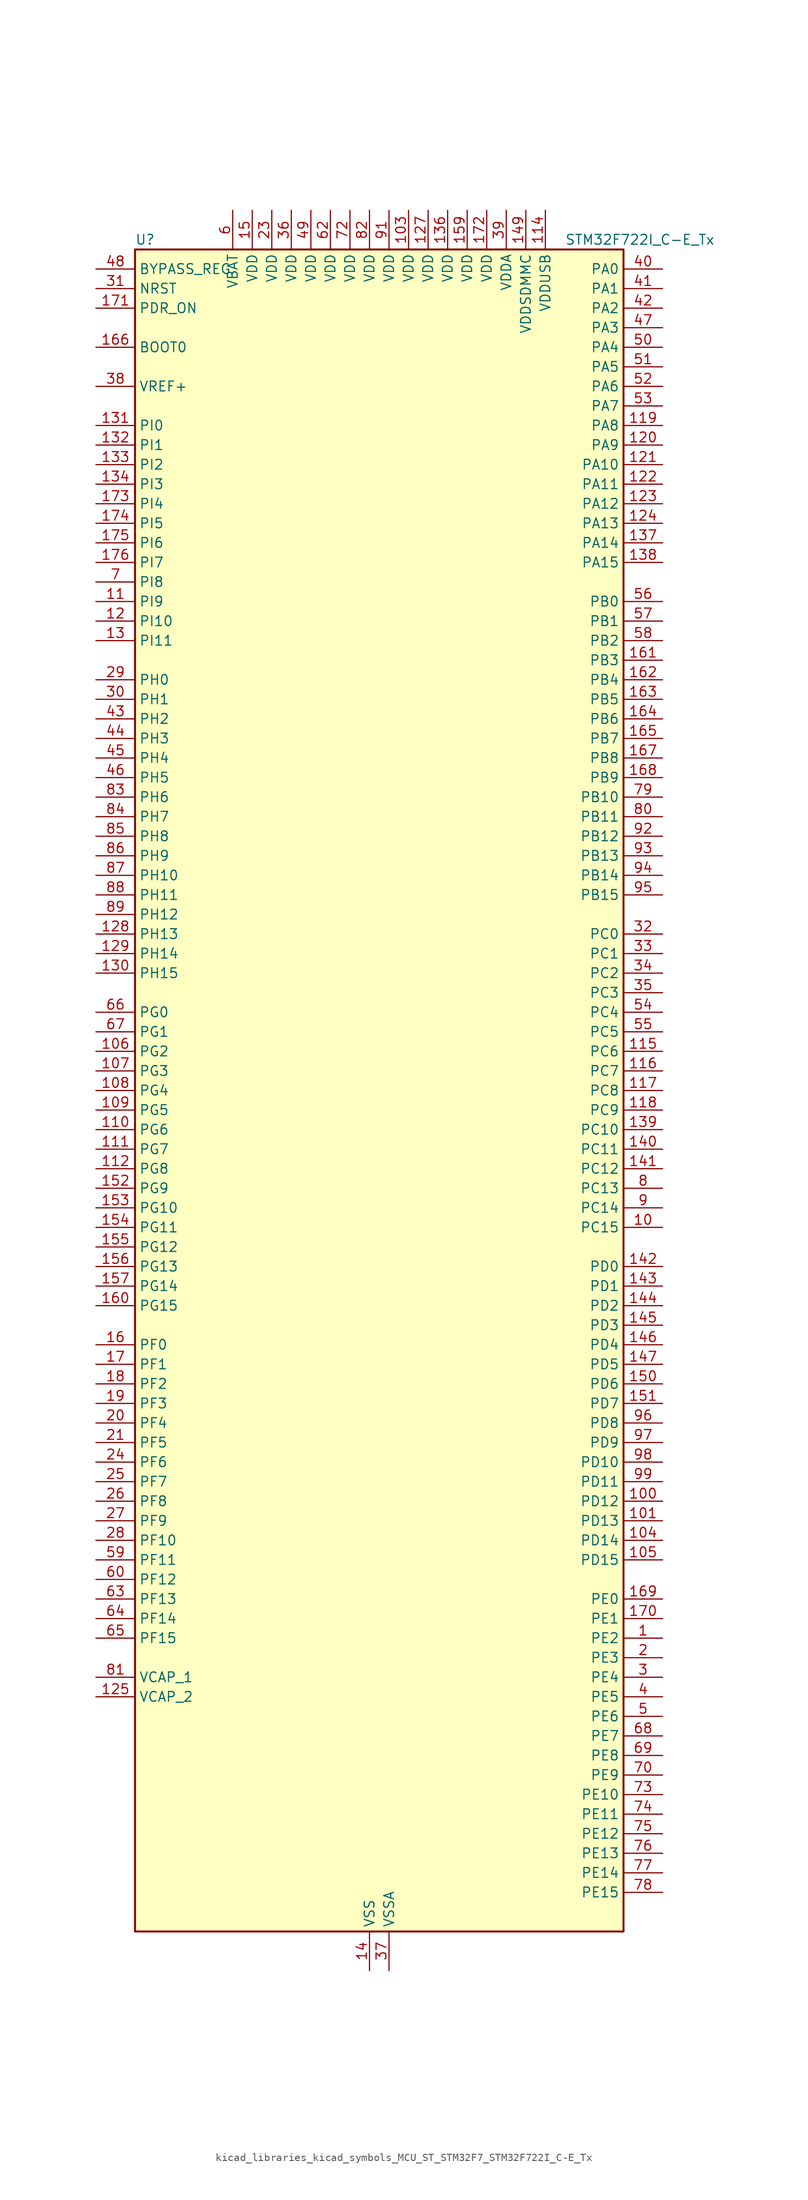
<source format=kicad_sym>
(kicad_symbol_lib
  (version 20220914)
  (generator kicad_symbol_editor)
  (symbol "kicad_libraries_kicad_symbols_MCU_ST_STM32F7_STM32F722I_C-E_Tx"
    (property "Reference" "U"
      (at -30.48 110.49 0)
      (effects (font (size 1.27 1.27)) (justify left)))
    (property "Value" "STM32F722I_C-E_Tx"
      (at 25.4 110.49 0)
      (effects (font (size 1.27 1.27)) (justify left)))
    (property "ki_locked" ""
      (at 0 0 0)
      (effects (font (size 1.27 1.27))))
    (symbol "kicad_libraries_kicad_symbols_MCU_ST_STM32F7_STM32F722I_C-E_Tx_0_1"
      (rectangle (start -30.48 -109.22) (end 33.02 109.22) (stroke (width 0.254) (type default)) (fill (type background))))
    (symbol "kicad_libraries_kicad_symbols_MCU_ST_STM32F7_STM32F722I_C-E_Tx_1_1"
      (pin bidirectional line (at 38.1 -71.12 180) (length 5.08) (name "PE2" (effects (font (size 1.27 1.27)))) (number "1" (effects (font (size 1.27 1.27)))) (alternate "FMC_A23" bidirectional line) (alternate "QUADSPI_BK1_IO2" bidirectional line) (alternate "SAI1_MCLK_A" bidirectional line) (alternate "SPI4_SCK" bidirectional line) (alternate "SYS_TRACECLK" bidirectional line))
      (pin bidirectional line (at 38.1 -17.78 180) (length 5.08) (name "PC15" (effects (font (size 1.27 1.27)))) (number "10" (effects (font (size 1.27 1.27)))) (alternate "RCC_OSC32_OUT" bidirectional line))
      (pin bidirectional line (at 38.1 -53.34 180) (length 5.08) (name "PD12" (effects (font (size 1.27 1.27)))) (number "100" (effects (font (size 1.27 1.27)))) (alternate "FMC_A17" bidirectional line) (alternate "FMC_ALE" bidirectional line) (alternate "LPTIM1_IN1" bidirectional line) (alternate "QUADSPI_BK1_IO1" bidirectional line) (alternate "SAI2_FS_A" bidirectional line) (alternate "TIM4_CH1" bidirectional line) (alternate "USART3_DE" bidirectional line) (alternate "USART3_RTS" bidirectional line))
      (pin bidirectional line (at 38.1 -55.88 180) (length 5.08) (name "PD13" (effects (font (size 1.27 1.27)))) (number "101" (effects (font (size 1.27 1.27)))) (alternate "FMC_A18" bidirectional line) (alternate "LPTIM1_OUT" bidirectional line) (alternate "QUADSPI_BK1_IO3" bidirectional line) (alternate "SAI2_SCK_A" bidirectional line) (alternate "TIM4_CH2" bidirectional line))
      (pin passive line (at 0 -114.3 90) (length 5.08) hide (name "VSS" (effects (font (size 1.27 1.27)))) (number "102" (effects (font (size 1.27 1.27)))))
      (pin power_in line (at 5.08 114.3 270) (length 5.08) (name "VDD" (effects (font (size 1.27 1.27)))) (number "103" (effects (font (size 1.27 1.27)))))
      (pin bidirectional line (at 38.1 -58.42 180) (length 5.08) (name "PD14" (effects (font (size 1.27 1.27)))) (number "104" (effects (font (size 1.27 1.27)))) (alternate "FMC_D0" bidirectional line) (alternate "FMC_DA0" bidirectional line) (alternate "TIM4_CH3" bidirectional line) (alternate "UART8_CTS" bidirectional line))
      (pin bidirectional line (at 38.1 -60.96 180) (length 5.08) (name "PD15" (effects (font (size 1.27 1.27)))) (number "105" (effects (font (size 1.27 1.27)))) (alternate "FMC_D1" bidirectional line) (alternate "FMC_DA1" bidirectional line) (alternate "TIM4_CH4" bidirectional line) (alternate "UART8_DE" bidirectional line) (alternate "UART8_RTS" bidirectional line))
      (pin bidirectional line (at -35.56 5.08 0) (length 5.08) (name "PG2" (effects (font (size 1.27 1.27)))) (number "106" (effects (font (size 1.27 1.27)))) (alternate "FMC_A12" bidirectional line))
      (pin bidirectional line (at -35.56 2.54 0) (length 5.08) (name "PG3" (effects (font (size 1.27 1.27)))) (number "107" (effects (font (size 1.27 1.27)))) (alternate "FMC_A13" bidirectional line))
      (pin bidirectional line (at -35.56 0 0) (length 5.08) (name "PG4" (effects (font (size 1.27 1.27)))) (number "108" (effects (font (size 1.27 1.27)))) (alternate "FMC_A14" bidirectional line) (alternate "FMC_BA0" bidirectional line))
      (pin bidirectional line (at -35.56 -2.54 0) (length 5.08) (name "PG5" (effects (font (size 1.27 1.27)))) (number "109" (effects (font (size 1.27 1.27)))) (alternate "FMC_A15" bidirectional line) (alternate "FMC_BA1" bidirectional line))
      (pin bidirectional line (at -35.56 63.5 0) (length 5.08) (name "PI9" (effects (font (size 1.27 1.27)))) (number "11" (effects (font (size 1.27 1.27)))) (alternate "CAN1_RX" bidirectional line) (alternate "DAC_EXTI9" bidirectional line) (alternate "FMC_D30" bidirectional line) (alternate "UART4_RX" bidirectional line))
      (pin bidirectional line (at -35.56 -5.08 0) (length 5.08) (name "PG6" (effects (font (size 1.27 1.27)))) (number "110" (effects (font (size 1.27 1.27)))))
      (pin bidirectional line (at -35.56 -7.62 0) (length 5.08) (name "PG7" (effects (font (size 1.27 1.27)))) (number "111" (effects (font (size 1.27 1.27)))) (alternate "FMC_INT" bidirectional line) (alternate "USART6_CK" bidirectional line))
      (pin bidirectional line (at -35.56 -10.16 0) (length 5.08) (name "PG8" (effects (font (size 1.27 1.27)))) (number "112" (effects (font (size 1.27 1.27)))) (alternate "FMC_SDCLK" bidirectional line) (alternate "USART6_DE" bidirectional line) (alternate "USART6_RTS" bidirectional line))
      (pin passive line (at 0 -114.3 90) (length 5.08) hide (name "VSS" (effects (font (size 1.27 1.27)))) (number "113" (effects (font (size 1.27 1.27)))))
      (pin power_in line (at 22.86 114.3 270) (length 5.08) (name "VDDUSB" (effects (font (size 1.27 1.27)))) (number "114" (effects (font (size 1.27 1.27)))))
      (pin bidirectional line (at 38.1 5.08 180) (length 5.08) (name "PC6" (effects (font (size 1.27 1.27)))) (number "115" (effects (font (size 1.27 1.27)))) (alternate "I2S2_MCK" bidirectional line) (alternate "SDMMC1_D6" bidirectional line) (alternate "SDMMC2_D6" bidirectional line) (alternate "TIM3_CH1" bidirectional line) (alternate "TIM8_CH1" bidirectional line) (alternate "USART6_TX" bidirectional line))
      (pin bidirectional line (at 38.1 2.54 180) (length 5.08) (name "PC7" (effects (font (size 1.27 1.27)))) (number "116" (effects (font (size 1.27 1.27)))) (alternate "I2S3_MCK" bidirectional line) (alternate "SDMMC1_D7" bidirectional line) (alternate "SDMMC2_D7" bidirectional line) (alternate "TIM3_CH2" bidirectional line) (alternate "TIM8_CH2" bidirectional line) (alternate "USART6_RX" bidirectional line))
      (pin bidirectional line (at 38.1 0 180) (length 5.08) (name "PC8" (effects (font (size 1.27 1.27)))) (number "117" (effects (font (size 1.27 1.27)))) (alternate "SDMMC1_D0" bidirectional line) (alternate "SYS_TRACED1" bidirectional line) (alternate "TIM3_CH3" bidirectional line) (alternate "TIM8_CH3" bidirectional line) (alternate "UART5_DE" bidirectional line) (alternate "UART5_RTS" bidirectional line) (alternate "USART6_CK" bidirectional line))
      (pin bidirectional line (at 38.1 -2.54 180) (length 5.08) (name "PC9" (effects (font (size 1.27 1.27)))) (number "118" (effects (font (size 1.27 1.27)))) (alternate "DAC_EXTI9" bidirectional line) (alternate "I2C3_SDA" bidirectional line) (alternate "I2S_CKIN" bidirectional line) (alternate "QUADSPI_BK1_IO0" bidirectional line) (alternate "RCC_MCO_2" bidirectional line) (alternate "SDMMC1_D1" bidirectional line) (alternate "TIM3_CH4" bidirectional line) (alternate "TIM8_CH4" bidirectional line) (alternate "UART5_CTS" bidirectional line))
      (pin bidirectional line (at 38.1 86.36 180) (length 5.08) (name "PA8" (effects (font (size 1.27 1.27)))) (number "119" (effects (font (size 1.27 1.27)))) (alternate "I2C3_SCL" bidirectional line) (alternate "RCC_MCO_1" bidirectional line) (alternate "TIM1_CH1" bidirectional line) (alternate "TIM8_BKIN2" bidirectional line) (alternate "USART1_CK" bidirectional line) (alternate "USB_OTG_FS_SOF" bidirectional line))
      (pin bidirectional line (at -35.56 60.96 0) (length 5.08) (name "PI10" (effects (font (size 1.27 1.27)))) (number "12" (effects (font (size 1.27 1.27)))) (alternate "FMC_D31" bidirectional line))
      (pin bidirectional line (at 38.1 83.82 180) (length 5.08) (name "PA9" (effects (font (size 1.27 1.27)))) (number "120" (effects (font (size 1.27 1.27)))) (alternate "DAC_EXTI9" bidirectional line) (alternate "I2C3_SMBA" bidirectional line) (alternate "I2S2_CK" bidirectional line) (alternate "SPI2_SCK" bidirectional line) (alternate "TIM1_CH2" bidirectional line) (alternate "USART1_TX" bidirectional line) (alternate "USB_OTG_FS_VBUS" bidirectional line))
      (pin bidirectional line (at 38.1 81.28 180) (length 5.08) (name "PA10" (effects (font (size 1.27 1.27)))) (number "121" (effects (font (size 1.27 1.27)))) (alternate "TIM1_CH3" bidirectional line) (alternate "USART1_RX" bidirectional line) (alternate "USB_OTG_FS_ID" bidirectional line))
      (pin bidirectional line (at 38.1 78.74 180) (length 5.08) (name "PA11" (effects (font (size 1.27 1.27)))) (number "122" (effects (font (size 1.27 1.27)))) (alternate "ADC1_EXTI11" bidirectional line) (alternate "ADC2_EXTI11" bidirectional line) (alternate "ADC3_EXTI11" bidirectional line) (alternate "CAN1_RX" bidirectional line) (alternate "TIM1_CH4" bidirectional line) (alternate "USART1_CTS" bidirectional line) (alternate "USB_OTG_FS_DM" bidirectional line))
      (pin bidirectional line (at 38.1 76.2 180) (length 5.08) (name "PA12" (effects (font (size 1.27 1.27)))) (number "123" (effects (font (size 1.27 1.27)))) (alternate "CAN1_TX" bidirectional line) (alternate "SAI2_FS_B" bidirectional line) (alternate "TIM1_ETR" bidirectional line) (alternate "USART1_DE" bidirectional line) (alternate "USART1_RTS" bidirectional line) (alternate "USB_OTG_FS_DP" bidirectional line))
      (pin bidirectional line (at 38.1 73.66 180) (length 5.08) (name "PA13" (effects (font (size 1.27 1.27)))) (number "124" (effects (font (size 1.27 1.27)))) (alternate "SYS_JTMS-SWDIO" bidirectional line))
      (pin power_out line (at -35.56 -78.74 0) (length 5.08) (name "VCAP_2" (effects (font (size 1.27 1.27)))) (number "125" (effects (font (size 1.27 1.27)))))
      (pin passive line (at 0 -114.3 90) (length 5.08) hide (name "VSS" (effects (font (size 1.27 1.27)))) (number "126" (effects (font (size 1.27 1.27)))))
      (pin power_in line (at 7.62 114.3 270) (length 5.08) (name "VDD" (effects (font (size 1.27 1.27)))) (number "127" (effects (font (size 1.27 1.27)))))
      (pin bidirectional line (at -35.56 20.32 0) (length 5.08) (name "PH13" (effects (font (size 1.27 1.27)))) (number "128" (effects (font (size 1.27 1.27)))) (alternate "CAN1_TX" bidirectional line) (alternate "FMC_D21" bidirectional line) (alternate "TIM8_CH1N" bidirectional line) (alternate "UART4_TX" bidirectional line))
      (pin bidirectional line (at -35.56 17.78 0) (length 5.08) (name "PH14" (effects (font (size 1.27 1.27)))) (number "129" (effects (font (size 1.27 1.27)))) (alternate "CAN1_RX" bidirectional line) (alternate "FMC_D22" bidirectional line) (alternate "TIM8_CH2N" bidirectional line) (alternate "UART4_RX" bidirectional line))
      (pin bidirectional line (at -35.56 58.42 0) (length 5.08) (name "PI11" (effects (font (size 1.27 1.27)))) (number "13" (effects (font (size 1.27 1.27)))) (alternate "ADC1_EXTI11" bidirectional line) (alternate "ADC2_EXTI11" bidirectional line) (alternate "ADC3_EXTI11" bidirectional line) (alternate "SYS_WKUP6" bidirectional line) (alternate "USB_OTG_HS_ULPI_DIR" bidirectional line))
      (pin bidirectional line (at -35.56 15.24 0) (length 5.08) (name "PH15" (effects (font (size 1.27 1.27)))) (number "130" (effects (font (size 1.27 1.27)))) (alternate "FMC_D23" bidirectional line) (alternate "TIM8_CH3N" bidirectional line))
      (pin bidirectional line (at -35.56 86.36 0) (length 5.08) (name "PI0" (effects (font (size 1.27 1.27)))) (number "131" (effects (font (size 1.27 1.27)))) (alternate "FMC_D24" bidirectional line) (alternate "I2S2_WS" bidirectional line) (alternate "SPI2_NSS" bidirectional line) (alternate "TIM5_CH4" bidirectional line))
      (pin bidirectional line (at -35.56 83.82 0) (length 5.08) (name "PI1" (effects (font (size 1.27 1.27)))) (number "132" (effects (font (size 1.27 1.27)))) (alternate "FMC_D25" bidirectional line) (alternate "I2S2_CK" bidirectional line) (alternate "SPI2_SCK" bidirectional line) (alternate "TIM8_BKIN2" bidirectional line))
      (pin bidirectional line (at -35.56 81.28 0) (length 5.08) (name "PI2" (effects (font (size 1.27 1.27)))) (number "133" (effects (font (size 1.27 1.27)))) (alternate "FMC_D26" bidirectional line) (alternate "SPI2_MISO" bidirectional line) (alternate "TIM8_CH4" bidirectional line))
      (pin bidirectional line (at -35.56 78.74 0) (length 5.08) (name "PI3" (effects (font (size 1.27 1.27)))) (number "134" (effects (font (size 1.27 1.27)))) (alternate "FMC_D27" bidirectional line) (alternate "I2S2_SD" bidirectional line) (alternate "SPI2_MOSI" bidirectional line) (alternate "TIM8_ETR" bidirectional line))
      (pin passive line (at 0 -114.3 90) (length 5.08) hide (name "VSS" (effects (font (size 1.27 1.27)))) (number "135" (effects (font (size 1.27 1.27)))))
      (pin power_in line (at 10.16 114.3 270) (length 5.08) (name "VDD" (effects (font (size 1.27 1.27)))) (number "136" (effects (font (size 1.27 1.27)))))
      (pin bidirectional line (at 38.1 71.12 180) (length 5.08) (name "PA14" (effects (font (size 1.27 1.27)))) (number "137" (effects (font (size 1.27 1.27)))) (alternate "SYS_JTCK-SWCLK" bidirectional line))
      (pin bidirectional line (at 38.1 68.58 180) (length 5.08) (name "PA15" (effects (font (size 1.27 1.27)))) (number "138" (effects (font (size 1.27 1.27)))) (alternate "I2S1_WS" bidirectional line) (alternate "I2S3_WS" bidirectional line) (alternate "SPI1_NSS" bidirectional line) (alternate "SPI3_NSS" bidirectional line) (alternate "SYS_JTDI" bidirectional line) (alternate "TIM2_CH1" bidirectional line) (alternate "TIM2_ETR" bidirectional line) (alternate "UART4_DE" bidirectional line) (alternate "UART4_RTS" bidirectional line))
      (pin bidirectional line (at 38.1 -5.08 180) (length 5.08) (name "PC10" (effects (font (size 1.27 1.27)))) (number "139" (effects (font (size 1.27 1.27)))) (alternate "I2S3_CK" bidirectional line) (alternate "QUADSPI_BK1_IO1" bidirectional line) (alternate "SDMMC1_D2" bidirectional line) (alternate "SPI3_SCK" bidirectional line) (alternate "UART4_TX" bidirectional line) (alternate "USART3_TX" bidirectional line))
      (pin power_in line (at 0 -114.3 90) (length 5.08) (name "VSS" (effects (font (size 1.27 1.27)))) (number "14" (effects (font (size 1.27 1.27)))))
      (pin bidirectional line (at 38.1 -7.62 180) (length 5.08) (name "PC11" (effects (font (size 1.27 1.27)))) (number "140" (effects (font (size 1.27 1.27)))) (alternate "ADC1_EXTI11" bidirectional line) (alternate "ADC2_EXTI11" bidirectional line) (alternate "ADC3_EXTI11" bidirectional line) (alternate "QUADSPI_BK2_NCS" bidirectional line) (alternate "SDMMC1_D3" bidirectional line) (alternate "SPI3_MISO" bidirectional line) (alternate "UART4_RX" bidirectional line) (alternate "USART3_RX" bidirectional line))
      (pin bidirectional line (at 38.1 -10.16 180) (length 5.08) (name "PC12" (effects (font (size 1.27 1.27)))) (number "141" (effects (font (size 1.27 1.27)))) (alternate "I2S3_SD" bidirectional line) (alternate "SDMMC1_CK" bidirectional line) (alternate "SPI3_MOSI" bidirectional line) (alternate "SYS_TRACED3" bidirectional line) (alternate "UART5_TX" bidirectional line) (alternate "USART3_CK" bidirectional line))
      (pin bidirectional line (at 38.1 -22.86 180) (length 5.08) (name "PD0" (effects (font (size 1.27 1.27)))) (number "142" (effects (font (size 1.27 1.27)))) (alternate "CAN1_RX" bidirectional line) (alternate "FMC_D2" bidirectional line) (alternate "FMC_DA2" bidirectional line))
      (pin bidirectional line (at 38.1 -25.4 180) (length 5.08) (name "PD1" (effects (font (size 1.27 1.27)))) (number "143" (effects (font (size 1.27 1.27)))) (alternate "CAN1_TX" bidirectional line) (alternate "FMC_D3" bidirectional line) (alternate "FMC_DA3" bidirectional line))
      (pin bidirectional line (at 38.1 -27.94 180) (length 5.08) (name "PD2" (effects (font (size 1.27 1.27)))) (number "144" (effects (font (size 1.27 1.27)))) (alternate "SDMMC1_CMD" bidirectional line) (alternate "SYS_TRACED2" bidirectional line) (alternate "TIM3_ETR" bidirectional line) (alternate "UART5_RX" bidirectional line))
      (pin bidirectional line (at 38.1 -30.48 180) (length 5.08) (name "PD3" (effects (font (size 1.27 1.27)))) (number "145" (effects (font (size 1.27 1.27)))) (alternate "FMC_CLK" bidirectional line) (alternate "I2S2_CK" bidirectional line) (alternate "SPI2_SCK" bidirectional line) (alternate "USART2_CTS" bidirectional line))
      (pin bidirectional line (at 38.1 -33.02 180) (length 5.08) (name "PD4" (effects (font (size 1.27 1.27)))) (number "146" (effects (font (size 1.27 1.27)))) (alternate "FMC_NOE" bidirectional line) (alternate "USART2_DE" bidirectional line) (alternate "USART2_RTS" bidirectional line))
      (pin bidirectional line (at 38.1 -35.56 180) (length 5.08) (name "PD5" (effects (font (size 1.27 1.27)))) (number "147" (effects (font (size 1.27 1.27)))) (alternate "FMC_NWE" bidirectional line) (alternate "USART2_TX" bidirectional line))
      (pin passive line (at 0 -114.3 90) (length 5.08) hide (name "VSS" (effects (font (size 1.27 1.27)))) (number "148" (effects (font (size 1.27 1.27)))))
      (pin power_in line (at 20.32 114.3 270) (length 5.08) (name "VDDSDMMC" (effects (font (size 1.27 1.27)))) (number "149" (effects (font (size 1.27 1.27)))))
      (pin power_in line (at -15.24 114.3 270) (length 5.08) (name "VDD" (effects (font (size 1.27 1.27)))) (number "15" (effects (font (size 1.27 1.27)))))
      (pin bidirectional line (at 38.1 -38.1 180) (length 5.08) (name "PD6" (effects (font (size 1.27 1.27)))) (number "150" (effects (font (size 1.27 1.27)))) (alternate "FMC_NWAIT" bidirectional line) (alternate "I2S3_SD" bidirectional line) (alternate "SAI1_SD_A" bidirectional line) (alternate "SDMMC2_CK" bidirectional line) (alternate "SPI3_MOSI" bidirectional line) (alternate "USART2_RX" bidirectional line))
      (pin bidirectional line (at 38.1 -40.64 180) (length 5.08) (name "PD7" (effects (font (size 1.27 1.27)))) (number "151" (effects (font (size 1.27 1.27)))) (alternate "FMC_NE1" bidirectional line) (alternate "SDMMC2_CMD" bidirectional line) (alternate "USART2_CK" bidirectional line))
      (pin bidirectional line (at -35.56 -12.7 0) (length 5.08) (name "PG9" (effects (font (size 1.27 1.27)))) (number "152" (effects (font (size 1.27 1.27)))) (alternate "DAC_EXTI9" bidirectional line) (alternate "FMC_NCE" bidirectional line) (alternate "FMC_NE2" bidirectional line) (alternate "QUADSPI_BK2_IO2" bidirectional line) (alternate "SAI2_FS_B" bidirectional line) (alternate "SDMMC2_D0" bidirectional line) (alternate "USART6_RX" bidirectional line))
      (pin bidirectional line (at -35.56 -15.24 0) (length 5.08) (name "PG10" (effects (font (size 1.27 1.27)))) (number "153" (effects (font (size 1.27 1.27)))) (alternate "FMC_NE3" bidirectional line) (alternate "SAI2_SD_B" bidirectional line) (alternate "SDMMC2_D1" bidirectional line))
      (pin bidirectional line (at -35.56 -17.78 0) (length 5.08) (name "PG11" (effects (font (size 1.27 1.27)))) (number "154" (effects (font (size 1.27 1.27)))) (alternate "ADC1_EXTI11" bidirectional line) (alternate "ADC2_EXTI11" bidirectional line) (alternate "ADC3_EXTI11" bidirectional line) (alternate "FMC_INT" bidirectional line) (alternate "SDMMC2_D2" bidirectional line))
      (pin bidirectional line (at -35.56 -20.32 0) (length 5.08) (name "PG12" (effects (font (size 1.27 1.27)))) (number "155" (effects (font (size 1.27 1.27)))) (alternate "FMC_NE4" bidirectional line) (alternate "LPTIM1_IN1" bidirectional line) (alternate "SDMMC2_D3" bidirectional line) (alternate "USART6_DE" bidirectional line) (alternate "USART6_RTS" bidirectional line))
      (pin bidirectional line (at -35.56 -22.86 0) (length 5.08) (name "PG13" (effects (font (size 1.27 1.27)))) (number "156" (effects (font (size 1.27 1.27)))) (alternate "FMC_A24" bidirectional line) (alternate "LPTIM1_OUT" bidirectional line) (alternate "SYS_TRACED0" bidirectional line) (alternate "USART6_CTS" bidirectional line))
      (pin bidirectional line (at -35.56 -25.4 0) (length 5.08) (name "PG14" (effects (font (size 1.27 1.27)))) (number "157" (effects (font (size 1.27 1.27)))) (alternate "FMC_A25" bidirectional line) (alternate "LPTIM1_ETR" bidirectional line) (alternate "QUADSPI_BK2_IO3" bidirectional line) (alternate "SYS_TRACED1" bidirectional line) (alternate "USART6_TX" bidirectional line))
      (pin passive line (at 0 -114.3 90) (length 5.08) hide (name "VSS" (effects (font (size 1.27 1.27)))) (number "158" (effects (font (size 1.27 1.27)))))
      (pin power_in line (at 12.7 114.3 270) (length 5.08) (name "VDD" (effects (font (size 1.27 1.27)))) (number "159" (effects (font (size 1.27 1.27)))))
      (pin bidirectional line (at -35.56 -33.02 0) (length 5.08) (name "PF0" (effects (font (size 1.27 1.27)))) (number "16" (effects (font (size 1.27 1.27)))) (alternate "FMC_A0" bidirectional line) (alternate "I2C2_SDA" bidirectional line))
      (pin bidirectional line (at -35.56 -27.94 0) (length 5.08) (name "PG15" (effects (font (size 1.27 1.27)))) (number "160" (effects (font (size 1.27 1.27)))) (alternate "FMC_SDNCAS" bidirectional line) (alternate "USART6_CTS" bidirectional line))
      (pin bidirectional line (at 38.1 55.88 180) (length 5.08) (name "PB3" (effects (font (size 1.27 1.27)))) (number "161" (effects (font (size 1.27 1.27)))) (alternate "I2S1_CK" bidirectional line) (alternate "I2S3_CK" bidirectional line) (alternate "SDMMC2_D2" bidirectional line) (alternate "SPI1_SCK" bidirectional line) (alternate "SPI3_SCK" bidirectional line) (alternate "SYS_JTDO-SWO" bidirectional line) (alternate "TIM2_CH2" bidirectional line))
      (pin bidirectional line (at 38.1 53.34 180) (length 5.08) (name "PB4" (effects (font (size 1.27 1.27)))) (number "162" (effects (font (size 1.27 1.27)))) (alternate "I2S2_WS" bidirectional line) (alternate "SDMMC2_D3" bidirectional line) (alternate "SPI1_MISO" bidirectional line) (alternate "SPI2_NSS" bidirectional line) (alternate "SPI3_MISO" bidirectional line) (alternate "SYS_JTRST" bidirectional line) (alternate "TIM3_CH1" bidirectional line))
      (pin bidirectional line (at 38.1 50.8 180) (length 5.08) (name "PB5" (effects (font (size 1.27 1.27)))) (number "163" (effects (font (size 1.27 1.27)))) (alternate "FMC_SDCKE1" bidirectional line) (alternate "I2C1_SMBA" bidirectional line) (alternate "I2S1_SD" bidirectional line) (alternate "I2S3_SD" bidirectional line) (alternate "SPI1_MOSI" bidirectional line) (alternate "SPI3_MOSI" bidirectional line) (alternate "TIM3_CH2" bidirectional line) (alternate "USB_OTG_HS_ULPI_D7" bidirectional line))
      (pin bidirectional line (at 38.1 48.26 180) (length 5.08) (name "PB6" (effects (font (size 1.27 1.27)))) (number "164" (effects (font (size 1.27 1.27)))) (alternate "FMC_SDNE1" bidirectional line) (alternate "I2C1_SCL" bidirectional line) (alternate "QUADSPI_BK1_NCS" bidirectional line) (alternate "TIM4_CH1" bidirectional line) (alternate "USART1_TX" bidirectional line))
      (pin bidirectional line (at 38.1 45.72 180) (length 5.08) (name "PB7" (effects (font (size 1.27 1.27)))) (number "165" (effects (font (size 1.27 1.27)))) (alternate "FMC_NL" bidirectional line) (alternate "I2C1_SDA" bidirectional line) (alternate "TIM4_CH2" bidirectional line) (alternate "USART1_RX" bidirectional line))
      (pin input line (at -35.56 96.52 0) (length 5.08) (name "BOOT0" (effects (font (size 1.27 1.27)))) (number "166" (effects (font (size 1.27 1.27)))))
      (pin bidirectional line (at 38.1 43.18 180) (length 5.08) (name "PB8" (effects (font (size 1.27 1.27)))) (number "167" (effects (font (size 1.27 1.27)))) (alternate "CAN1_RX" bidirectional line) (alternate "I2C1_SCL" bidirectional line) (alternate "SDMMC1_D4" bidirectional line) (alternate "SDMMC2_D4" bidirectional line) (alternate "TIM10_CH1" bidirectional line) (alternate "TIM4_CH3" bidirectional line))
      (pin bidirectional line (at 38.1 40.64 180) (length 5.08) (name "PB9" (effects (font (size 1.27 1.27)))) (number "168" (effects (font (size 1.27 1.27)))) (alternate "CAN1_TX" bidirectional line) (alternate "DAC_EXTI9" bidirectional line) (alternate "I2C1_SDA" bidirectional line) (alternate "I2S2_WS" bidirectional line) (alternate "SDMMC1_D5" bidirectional line) (alternate "SDMMC2_D5" bidirectional line) (alternate "SPI2_NSS" bidirectional line) (alternate "TIM11_CH1" bidirectional line) (alternate "TIM4_CH4" bidirectional line))
      (pin bidirectional line (at 38.1 -66.04 180) (length 5.08) (name "PE0" (effects (font (size 1.27 1.27)))) (number "169" (effects (font (size 1.27 1.27)))) (alternate "FMC_NBL0" bidirectional line) (alternate "LPTIM1_ETR" bidirectional line) (alternate "SAI2_MCLK_A" bidirectional line) (alternate "TIM4_ETR" bidirectional line) (alternate "UART8_RX" bidirectional line))
      (pin bidirectional line (at -35.56 -35.56 0) (length 5.08) (name "PF1" (effects (font (size 1.27 1.27)))) (number "17" (effects (font (size 1.27 1.27)))) (alternate "FMC_A1" bidirectional line) (alternate "I2C2_SCL" bidirectional line))
      (pin bidirectional line (at 38.1 -68.58 180) (length 5.08) (name "PE1" (effects (font (size 1.27 1.27)))) (number "170" (effects (font (size 1.27 1.27)))) (alternate "FMC_NBL1" bidirectional line) (alternate "LPTIM1_IN2" bidirectional line) (alternate "UART8_TX" bidirectional line))
      (pin input line (at -35.56 101.6 0) (length 5.08) (name "PDR_ON" (effects (font (size 1.27 1.27)))) (number "171" (effects (font (size 1.27 1.27)))))
      (pin power_in line (at 15.24 114.3 270) (length 5.08) (name "VDD" (effects (font (size 1.27 1.27)))) (number "172" (effects (font (size 1.27 1.27)))))
      (pin bidirectional line (at -35.56 76.2 0) (length 5.08) (name "PI4" (effects (font (size 1.27 1.27)))) (number "173" (effects (font (size 1.27 1.27)))) (alternate "FMC_NBL2" bidirectional line) (alternate "SAI2_MCLK_A" bidirectional line) (alternate "TIM8_BKIN" bidirectional line))
      (pin bidirectional line (at -35.56 73.66 0) (length 5.08) (name "PI5" (effects (font (size 1.27 1.27)))) (number "174" (effects (font (size 1.27 1.27)))) (alternate "FMC_NBL3" bidirectional line) (alternate "SAI2_SCK_A" bidirectional line) (alternate "TIM8_CH1" bidirectional line))
      (pin bidirectional line (at -35.56 71.12 0) (length 5.08) (name "PI6" (effects (font (size 1.27 1.27)))) (number "175" (effects (font (size 1.27 1.27)))) (alternate "FMC_D28" bidirectional line) (alternate "SAI2_SD_A" bidirectional line) (alternate "TIM8_CH2" bidirectional line))
      (pin bidirectional line (at -35.56 68.58 0) (length 5.08) (name "PI7" (effects (font (size 1.27 1.27)))) (number "176" (effects (font (size 1.27 1.27)))) (alternate "FMC_D29" bidirectional line) (alternate "SAI2_FS_A" bidirectional line) (alternate "TIM8_CH3" bidirectional line))
      (pin bidirectional line (at -35.56 -38.1 0) (length 5.08) (name "PF2" (effects (font (size 1.27 1.27)))) (number "18" (effects (font (size 1.27 1.27)))) (alternate "FMC_A2" bidirectional line) (alternate "I2C2_SMBA" bidirectional line))
      (pin bidirectional line (at -35.56 -40.64 0) (length 5.08) (name "PF3" (effects (font (size 1.27 1.27)))) (number "19" (effects (font (size 1.27 1.27)))) (alternate "ADC3_IN9" bidirectional line) (alternate "FMC_A3" bidirectional line))
      (pin bidirectional line (at 38.1 -73.66 180) (length 5.08) (name "PE3" (effects (font (size 1.27 1.27)))) (number "2" (effects (font (size 1.27 1.27)))) (alternate "FMC_A19" bidirectional line) (alternate "SAI1_SD_B" bidirectional line) (alternate "SYS_TRACED0" bidirectional line))
      (pin bidirectional line (at -35.56 -43.18 0) (length 5.08) (name "PF4" (effects (font (size 1.27 1.27)))) (number "20" (effects (font (size 1.27 1.27)))) (alternate "ADC3_IN14" bidirectional line) (alternate "FMC_A4" bidirectional line))
      (pin bidirectional line (at -35.56 -45.72 0) (length 5.08) (name "PF5" (effects (font (size 1.27 1.27)))) (number "21" (effects (font (size 1.27 1.27)))) (alternate "ADC3_IN15" bidirectional line) (alternate "FMC_A5" bidirectional line))
      (pin passive line (at 0 -114.3 90) (length 5.08) hide (name "VSS" (effects (font (size 1.27 1.27)))) (number "22" (effects (font (size 1.27 1.27)))))
      (pin power_in line (at -12.7 114.3 270) (length 5.08) (name "VDD" (effects (font (size 1.27 1.27)))) (number "23" (effects (font (size 1.27 1.27)))))
      (pin bidirectional line (at -35.56 -48.26 0) (length 5.08) (name "PF6" (effects (font (size 1.27 1.27)))) (number "24" (effects (font (size 1.27 1.27)))) (alternate "ADC3_IN4" bidirectional line) (alternate "QUADSPI_BK1_IO3" bidirectional line) (alternate "SAI1_SD_B" bidirectional line) (alternate "SPI5_NSS" bidirectional line) (alternate "TIM10_CH1" bidirectional line) (alternate "UART7_RX" bidirectional line))
      (pin bidirectional line (at -35.56 -50.8 0) (length 5.08) (name "PF7" (effects (font (size 1.27 1.27)))) (number "25" (effects (font (size 1.27 1.27)))) (alternate "ADC3_IN5" bidirectional line) (alternate "QUADSPI_BK1_IO2" bidirectional line) (alternate "SAI1_MCLK_B" bidirectional line) (alternate "SPI5_SCK" bidirectional line) (alternate "TIM11_CH1" bidirectional line) (alternate "UART7_TX" bidirectional line))
      (pin bidirectional line (at -35.56 -53.34 0) (length 5.08) (name "PF8" (effects (font (size 1.27 1.27)))) (number "26" (effects (font (size 1.27 1.27)))) (alternate "ADC3_IN6" bidirectional line) (alternate "QUADSPI_BK1_IO0" bidirectional line) (alternate "SAI1_SCK_B" bidirectional line) (alternate "SPI5_MISO" bidirectional line) (alternate "TIM13_CH1" bidirectional line) (alternate "UART7_DE" bidirectional line) (alternate "UART7_RTS" bidirectional line))
      (pin bidirectional line (at -35.56 -55.88 0) (length 5.08) (name "PF9" (effects (font (size 1.27 1.27)))) (number "27" (effects (font (size 1.27 1.27)))) (alternate "ADC3_IN7" bidirectional line) (alternate "DAC_EXTI9" bidirectional line) (alternate "QUADSPI_BK1_IO1" bidirectional line) (alternate "SAI1_FS_B" bidirectional line) (alternate "SPI5_MOSI" bidirectional line) (alternate "TIM14_CH1" bidirectional line) (alternate "UART7_CTS" bidirectional line))
      (pin bidirectional line (at -35.56 -58.42 0) (length 5.08) (name "PF10" (effects (font (size 1.27 1.27)))) (number "28" (effects (font (size 1.27 1.27)))) (alternate "ADC3_IN8" bidirectional line))
      (pin bidirectional line (at -35.56 53.34 0) (length 5.08) (name "PH0" (effects (font (size 1.27 1.27)))) (number "29" (effects (font (size 1.27 1.27)))) (alternate "RCC_OSC_IN" bidirectional line))
      (pin bidirectional line (at 38.1 -76.2 180) (length 5.08) (name "PE4" (effects (font (size 1.27 1.27)))) (number "3" (effects (font (size 1.27 1.27)))) (alternate "FMC_A20" bidirectional line) (alternate "SAI1_FS_A" bidirectional line) (alternate "SPI4_NSS" bidirectional line) (alternate "SYS_TRACED1" bidirectional line))
      (pin bidirectional line (at -35.56 50.8 0) (length 5.08) (name "PH1" (effects (font (size 1.27 1.27)))) (number "30" (effects (font (size 1.27 1.27)))) (alternate "RCC_OSC_OUT" bidirectional line))
      (pin input line (at -35.56 104.14 0) (length 5.08) (name "NRST" (effects (font (size 1.27 1.27)))) (number "31" (effects (font (size 1.27 1.27)))))
      (pin bidirectional line (at 38.1 20.32 180) (length 5.08) (name "PC0" (effects (font (size 1.27 1.27)))) (number "32" (effects (font (size 1.27 1.27)))) (alternate "ADC1_IN10" bidirectional line) (alternate "ADC2_IN10" bidirectional line) (alternate "ADC3_IN10" bidirectional line) (alternate "FMC_SDNWE" bidirectional line) (alternate "SAI2_FS_B" bidirectional line) (alternate "USB_OTG_HS_ULPI_STP" bidirectional line))
      (pin bidirectional line (at 38.1 17.78 180) (length 5.08) (name "PC1" (effects (font (size 1.27 1.27)))) (number "33" (effects (font (size 1.27 1.27)))) (alternate "ADC1_IN11" bidirectional line) (alternate "ADC2_IN11" bidirectional line) (alternate "ADC3_IN11" bidirectional line) (alternate "I2S2_SD" bidirectional line) (alternate "RTC_TAMP3" bidirectional line) (alternate "RTC_TS" bidirectional line) (alternate "SAI1_SD_A" bidirectional line) (alternate "SPI2_MOSI" bidirectional line) (alternate "SYS_TRACED0" bidirectional line) (alternate "SYS_WKUP3" bidirectional line))
      (pin bidirectional line (at 38.1 15.24 180) (length 5.08) (name "PC2" (effects (font (size 1.27 1.27)))) (number "34" (effects (font (size 1.27 1.27)))) (alternate "ADC1_IN12" bidirectional line) (alternate "ADC2_IN12" bidirectional line) (alternate "ADC3_IN12" bidirectional line) (alternate "FMC_SDNE0" bidirectional line) (alternate "SPI2_MISO" bidirectional line) (alternate "USB_OTG_HS_ULPI_DIR" bidirectional line))
      (pin bidirectional line (at 38.1 12.7 180) (length 5.08) (name "PC3" (effects (font (size 1.27 1.27)))) (number "35" (effects (font (size 1.27 1.27)))) (alternate "ADC1_IN13" bidirectional line) (alternate "ADC2_IN13" bidirectional line) (alternate "ADC3_IN13" bidirectional line) (alternate "FMC_SDCKE0" bidirectional line) (alternate "I2S2_SD" bidirectional line) (alternate "SPI2_MOSI" bidirectional line) (alternate "USB_OTG_HS_ULPI_NXT" bidirectional line))
      (pin power_in line (at -10.16 114.3 270) (length 5.08) (name "VDD" (effects (font (size 1.27 1.27)))) (number "36" (effects (font (size 1.27 1.27)))))
      (pin power_in line (at 2.54 -114.3 90) (length 5.08) (name "VSSA" (effects (font (size 1.27 1.27)))) (number "37" (effects (font (size 1.27 1.27)))))
      (pin input line (at -35.56 91.44 0) (length 5.08) (name "VREF+" (effects (font (size 1.27 1.27)))) (number "38" (effects (font (size 1.27 1.27)))))
      (pin power_in line (at 17.78 114.3 270) (length 5.08) (name "VDDA" (effects (font (size 1.27 1.27)))) (number "39" (effects (font (size 1.27 1.27)))))
      (pin bidirectional line (at 38.1 -78.74 180) (length 5.08) (name "PE5" (effects (font (size 1.27 1.27)))) (number "4" (effects (font (size 1.27 1.27)))) (alternate "FMC_A21" bidirectional line) (alternate "SAI1_SCK_A" bidirectional line) (alternate "SPI4_MISO" bidirectional line) (alternate "SYS_TRACED2" bidirectional line) (alternate "TIM9_CH1" bidirectional line))
      (pin bidirectional line (at 38.1 106.68 180) (length 5.08) (name "PA0" (effects (font (size 1.27 1.27)))) (number "40" (effects (font (size 1.27 1.27)))) (alternate "ADC1_IN0" bidirectional line) (alternate "ADC2_IN0" bidirectional line) (alternate "ADC3_IN0" bidirectional line) (alternate "SAI2_SD_B" bidirectional line) (alternate "SYS_WKUP1" bidirectional line) (alternate "TIM2_CH1" bidirectional line) (alternate "TIM2_ETR" bidirectional line) (alternate "TIM5_CH1" bidirectional line) (alternate "TIM8_ETR" bidirectional line) (alternate "UART4_TX" bidirectional line) (alternate "USART2_CTS" bidirectional line))
      (pin bidirectional line (at 38.1 104.14 180) (length 5.08) (name "PA1" (effects (font (size 1.27 1.27)))) (number "41" (effects (font (size 1.27 1.27)))) (alternate "ADC1_IN1" bidirectional line) (alternate "ADC2_IN1" bidirectional line) (alternate "ADC3_IN1" bidirectional line) (alternate "QUADSPI_BK1_IO3" bidirectional line) (alternate "SAI2_MCLK_B" bidirectional line) (alternate "TIM2_CH2" bidirectional line) (alternate "TIM5_CH2" bidirectional line) (alternate "UART4_RX" bidirectional line) (alternate "USART2_DE" bidirectional line) (alternate "USART2_RTS" bidirectional line))
      (pin bidirectional line (at 38.1 101.6 180) (length 5.08) (name "PA2" (effects (font (size 1.27 1.27)))) (number "42" (effects (font (size 1.27 1.27)))) (alternate "ADC1_IN2" bidirectional line) (alternate "ADC2_IN2" bidirectional line) (alternate "ADC3_IN2" bidirectional line) (alternate "SAI2_SCK_B" bidirectional line) (alternate "SYS_WKUP2" bidirectional line) (alternate "TIM2_CH3" bidirectional line) (alternate "TIM5_CH3" bidirectional line) (alternate "TIM9_CH1" bidirectional line) (alternate "USART2_TX" bidirectional line))
      (pin bidirectional line (at -35.56 48.26 0) (length 5.08) (name "PH2" (effects (font (size 1.27 1.27)))) (number "43" (effects (font (size 1.27 1.27)))) (alternate "FMC_SDCKE0" bidirectional line) (alternate "LPTIM1_IN2" bidirectional line) (alternate "QUADSPI_BK2_IO0" bidirectional line) (alternate "SAI2_SCK_B" bidirectional line))
      (pin bidirectional line (at -35.56 45.72 0) (length 5.08) (name "PH3" (effects (font (size 1.27 1.27)))) (number "44" (effects (font (size 1.27 1.27)))) (alternate "FMC_SDNE0" bidirectional line) (alternate "QUADSPI_BK2_IO1" bidirectional line) (alternate "SAI2_MCLK_B" bidirectional line))
      (pin bidirectional line (at -35.56 43.18 0) (length 5.08) (name "PH4" (effects (font (size 1.27 1.27)))) (number "45" (effects (font (size 1.27 1.27)))) (alternate "I2C2_SCL" bidirectional line) (alternate "USB_OTG_HS_ULPI_NXT" bidirectional line))
      (pin bidirectional line (at -35.56 40.64 0) (length 5.08) (name "PH5" (effects (font (size 1.27 1.27)))) (number "46" (effects (font (size 1.27 1.27)))) (alternate "FMC_SDNWE" bidirectional line) (alternate "I2C2_SDA" bidirectional line) (alternate "SPI5_NSS" bidirectional line))
      (pin bidirectional line (at 38.1 99.06 180) (length 5.08) (name "PA3" (effects (font (size 1.27 1.27)))) (number "47" (effects (font (size 1.27 1.27)))) (alternate "ADC1_IN3" bidirectional line) (alternate "ADC2_IN3" bidirectional line) (alternate "ADC3_IN3" bidirectional line) (alternate "TIM2_CH4" bidirectional line) (alternate "TIM5_CH4" bidirectional line) (alternate "TIM9_CH2" bidirectional line) (alternate "USART2_RX" bidirectional line) (alternate "USB_OTG_HS_ULPI_D0" bidirectional line))
      (pin input line (at -35.56 106.68 0) (length 5.08) (name "BYPASS_REG" (effects (font (size 1.27 1.27)))) (number "48" (effects (font (size 1.27 1.27)))))
      (pin power_in line (at -7.62 114.3 270) (length 5.08) (name "VDD" (effects (font (size 1.27 1.27)))) (number "49" (effects (font (size 1.27 1.27)))))
      (pin bidirectional line (at 38.1 -81.28 180) (length 5.08) (name "PE6" (effects (font (size 1.27 1.27)))) (number "5" (effects (font (size 1.27 1.27)))) (alternate "FMC_A22" bidirectional line) (alternate "SAI1_SD_A" bidirectional line) (alternate "SAI2_MCLK_B" bidirectional line) (alternate "SPI4_MOSI" bidirectional line) (alternate "SYS_TRACED3" bidirectional line) (alternate "TIM1_BKIN2" bidirectional line) (alternate "TIM9_CH2" bidirectional line))
      (pin bidirectional line (at 38.1 96.52 180) (length 5.08) (name "PA4" (effects (font (size 1.27 1.27)))) (number "50" (effects (font (size 1.27 1.27)))) (alternate "ADC1_IN4" bidirectional line) (alternate "ADC2_IN4" bidirectional line) (alternate "DAC_OUT1" bidirectional line) (alternate "I2S1_WS" bidirectional line) (alternate "I2S3_WS" bidirectional line) (alternate "SPI1_NSS" bidirectional line) (alternate "SPI3_NSS" bidirectional line) (alternate "USART2_CK" bidirectional line) (alternate "USB_OTG_HS_SOF" bidirectional line))
      (pin bidirectional line (at 38.1 93.98 180) (length 5.08) (name "PA5" (effects (font (size 1.27 1.27)))) (number "51" (effects (font (size 1.27 1.27)))) (alternate "ADC1_IN5" bidirectional line) (alternate "ADC2_IN5" bidirectional line) (alternate "DAC_OUT2" bidirectional line) (alternate "I2S1_CK" bidirectional line) (alternate "SPI1_SCK" bidirectional line) (alternate "TIM2_CH1" bidirectional line) (alternate "TIM2_ETR" bidirectional line) (alternate "TIM8_CH1N" bidirectional line) (alternate "USB_OTG_HS_ULPI_CK" bidirectional line))
      (pin bidirectional line (at 38.1 91.44 180) (length 5.08) (name "PA6" (effects (font (size 1.27 1.27)))) (number "52" (effects (font (size 1.27 1.27)))) (alternate "ADC1_IN6" bidirectional line) (alternate "ADC2_IN6" bidirectional line) (alternate "SPI1_MISO" bidirectional line) (alternate "TIM13_CH1" bidirectional line) (alternate "TIM1_BKIN" bidirectional line) (alternate "TIM3_CH1" bidirectional line) (alternate "TIM8_BKIN" bidirectional line))
      (pin bidirectional line (at 38.1 88.9 180) (length 5.08) (name "PA7" (effects (font (size 1.27 1.27)))) (number "53" (effects (font (size 1.27 1.27)))) (alternate "ADC1_IN7" bidirectional line) (alternate "ADC2_IN7" bidirectional line) (alternate "FMC_SDNWE" bidirectional line) (alternate "I2S1_SD" bidirectional line) (alternate "SPI1_MOSI" bidirectional line) (alternate "TIM14_CH1" bidirectional line) (alternate "TIM1_CH1N" bidirectional line) (alternate "TIM3_CH2" bidirectional line) (alternate "TIM8_CH1N" bidirectional line))
      (pin bidirectional line (at 38.1 10.16 180) (length 5.08) (name "PC4" (effects (font (size 1.27 1.27)))) (number "54" (effects (font (size 1.27 1.27)))) (alternate "ADC1_IN14" bidirectional line) (alternate "ADC2_IN14" bidirectional line) (alternate "FMC_SDNE0" bidirectional line) (alternate "I2S1_MCK" bidirectional line))
      (pin bidirectional line (at 38.1 7.62 180) (length 5.08) (name "PC5" (effects (font (size 1.27 1.27)))) (number "55" (effects (font (size 1.27 1.27)))) (alternate "ADC1_IN15" bidirectional line) (alternate "ADC2_IN15" bidirectional line) (alternate "FMC_SDCKE0" bidirectional line))
      (pin bidirectional line (at 38.1 63.5 180) (length 5.08) (name "PB0" (effects (font (size 1.27 1.27)))) (number "56" (effects (font (size 1.27 1.27)))) (alternate "ADC1_IN8" bidirectional line) (alternate "ADC2_IN8" bidirectional line) (alternate "TIM1_CH2N" bidirectional line) (alternate "TIM3_CH3" bidirectional line) (alternate "TIM8_CH2N" bidirectional line) (alternate "UART4_CTS" bidirectional line) (alternate "USB_OTG_HS_ULPI_D1" bidirectional line))
      (pin bidirectional line (at 38.1 60.96 180) (length 5.08) (name "PB1" (effects (font (size 1.27 1.27)))) (number "57" (effects (font (size 1.27 1.27)))) (alternate "ADC1_IN9" bidirectional line) (alternate "ADC2_IN9" bidirectional line) (alternate "TIM1_CH3N" bidirectional line) (alternate "TIM3_CH4" bidirectional line) (alternate "TIM8_CH3N" bidirectional line) (alternate "USB_OTG_HS_ULPI_D2" bidirectional line))
      (pin bidirectional line (at 38.1 58.42 180) (length 5.08) (name "PB2" (effects (font (size 1.27 1.27)))) (number "58" (effects (font (size 1.27 1.27)))) (alternate "I2S3_SD" bidirectional line) (alternate "QUADSPI_CLK" bidirectional line) (alternate "SAI1_SD_A" bidirectional line) (alternate "SPI3_MOSI" bidirectional line))
      (pin bidirectional line (at -35.56 -60.96 0) (length 5.08) (name "PF11" (effects (font (size 1.27 1.27)))) (number "59" (effects (font (size 1.27 1.27)))) (alternate "ADC1_EXTI11" bidirectional line) (alternate "ADC2_EXTI11" bidirectional line) (alternate "ADC3_EXTI11" bidirectional line) (alternate "FMC_SDNRAS" bidirectional line) (alternate "SAI2_SD_B" bidirectional line) (alternate "SPI5_MOSI" bidirectional line))
      (pin power_in line (at -17.78 114.3 270) (length 5.08) (name "VBAT" (effects (font (size 1.27 1.27)))) (number "6" (effects (font (size 1.27 1.27)))))
      (pin bidirectional line (at -35.56 -63.5 0) (length 5.08) (name "PF12" (effects (font (size 1.27 1.27)))) (number "60" (effects (font (size 1.27 1.27)))) (alternate "FMC_A6" bidirectional line))
      (pin passive line (at 0 -114.3 90) (length 5.08) hide (name "VSS" (effects (font (size 1.27 1.27)))) (number "61" (effects (font (size 1.27 1.27)))))
      (pin power_in line (at -5.08 114.3 270) (length 5.08) (name "VDD" (effects (font (size 1.27 1.27)))) (number "62" (effects (font (size 1.27 1.27)))))
      (pin bidirectional line (at -35.56 -66.04 0) (length 5.08) (name "PF13" (effects (font (size 1.27 1.27)))) (number "63" (effects (font (size 1.27 1.27)))) (alternate "FMC_A7" bidirectional line))
      (pin bidirectional line (at -35.56 -68.58 0) (length 5.08) (name "PF14" (effects (font (size 1.27 1.27)))) (number "64" (effects (font (size 1.27 1.27)))) (alternate "FMC_A8" bidirectional line))
      (pin bidirectional line (at -35.56 -71.12 0) (length 5.08) (name "PF15" (effects (font (size 1.27 1.27)))) (number "65" (effects (font (size 1.27 1.27)))) (alternate "FMC_A9" bidirectional line))
      (pin bidirectional line (at -35.56 10.16 0) (length 5.08) (name "PG0" (effects (font (size 1.27 1.27)))) (number "66" (effects (font (size 1.27 1.27)))) (alternate "FMC_A10" bidirectional line))
      (pin bidirectional line (at -35.56 7.62 0) (length 5.08) (name "PG1" (effects (font (size 1.27 1.27)))) (number "67" (effects (font (size 1.27 1.27)))) (alternate "FMC_A11" bidirectional line))
      (pin bidirectional line (at 38.1 -83.82 180) (length 5.08) (name "PE7" (effects (font (size 1.27 1.27)))) (number "68" (effects (font (size 1.27 1.27)))) (alternate "FMC_D4" bidirectional line) (alternate "FMC_DA4" bidirectional line) (alternate "QUADSPI_BK2_IO0" bidirectional line) (alternate "TIM1_ETR" bidirectional line) (alternate "UART7_RX" bidirectional line))
      (pin bidirectional line (at 38.1 -86.36 180) (length 5.08) (name "PE8" (effects (font (size 1.27 1.27)))) (number "69" (effects (font (size 1.27 1.27)))) (alternate "FMC_D5" bidirectional line) (alternate "FMC_DA5" bidirectional line) (alternate "QUADSPI_BK2_IO1" bidirectional line) (alternate "TIM1_CH1N" bidirectional line) (alternate "UART7_TX" bidirectional line))
      (pin bidirectional line (at -35.56 66.04 0) (length 5.08) (name "PI8" (effects (font (size 1.27 1.27)))) (number "7" (effects (font (size 1.27 1.27)))) (alternate "RTC_TAMP2" bidirectional line) (alternate "RTC_TS" bidirectional line) (alternate "SYS_WKUP5" bidirectional line))
      (pin bidirectional line (at 38.1 -88.9 180) (length 5.08) (name "PE9" (effects (font (size 1.27 1.27)))) (number "70" (effects (font (size 1.27 1.27)))) (alternate "DAC_EXTI9" bidirectional line) (alternate "FMC_D6" bidirectional line) (alternate "FMC_DA6" bidirectional line) (alternate "QUADSPI_BK2_IO2" bidirectional line) (alternate "TIM1_CH1" bidirectional line) (alternate "UART7_DE" bidirectional line) (alternate "UART7_RTS" bidirectional line))
      (pin passive line (at 0 -114.3 90) (length 5.08) hide (name "VSS" (effects (font (size 1.27 1.27)))) (number "71" (effects (font (size 1.27 1.27)))))
      (pin power_in line (at -2.54 114.3 270) (length 5.08) (name "VDD" (effects (font (size 1.27 1.27)))) (number "72" (effects (font (size 1.27 1.27)))))
      (pin bidirectional line (at 38.1 -91.44 180) (length 5.08) (name "PE10" (effects (font (size 1.27 1.27)))) (number "73" (effects (font (size 1.27 1.27)))) (alternate "FMC_D7" bidirectional line) (alternate "FMC_DA7" bidirectional line) (alternate "QUADSPI_BK2_IO3" bidirectional line) (alternate "TIM1_CH2N" bidirectional line) (alternate "UART7_CTS" bidirectional line))
      (pin bidirectional line (at 38.1 -93.98 180) (length 5.08) (name "PE11" (effects (font (size 1.27 1.27)))) (number "74" (effects (font (size 1.27 1.27)))) (alternate "ADC1_EXTI11" bidirectional line) (alternate "ADC2_EXTI11" bidirectional line) (alternate "ADC3_EXTI11" bidirectional line) (alternate "FMC_D8" bidirectional line) (alternate "FMC_DA8" bidirectional line) (alternate "SAI2_SD_B" bidirectional line) (alternate "SPI4_NSS" bidirectional line) (alternate "TIM1_CH2" bidirectional line))
      (pin bidirectional line (at 38.1 -96.52 180) (length 5.08) (name "PE12" (effects (font (size 1.27 1.27)))) (number "75" (effects (font (size 1.27 1.27)))) (alternate "FMC_D9" bidirectional line) (alternate "FMC_DA9" bidirectional line) (alternate "SAI2_SCK_B" bidirectional line) (alternate "SPI4_SCK" bidirectional line) (alternate "TIM1_CH3N" bidirectional line))
      (pin bidirectional line (at 38.1 -99.06 180) (length 5.08) (name "PE13" (effects (font (size 1.27 1.27)))) (number "76" (effects (font (size 1.27 1.27)))) (alternate "FMC_D10" bidirectional line) (alternate "FMC_DA10" bidirectional line) (alternate "SAI2_FS_B" bidirectional line) (alternate "SPI4_MISO" bidirectional line) (alternate "TIM1_CH3" bidirectional line))
      (pin bidirectional line (at 38.1 -101.6 180) (length 5.08) (name "PE14" (effects (font (size 1.27 1.27)))) (number "77" (effects (font (size 1.27 1.27)))) (alternate "FMC_D11" bidirectional line) (alternate "FMC_DA11" bidirectional line) (alternate "SAI2_MCLK_B" bidirectional line) (alternate "SPI4_MOSI" bidirectional line) (alternate "TIM1_CH4" bidirectional line))
      (pin bidirectional line (at 38.1 -104.14 180) (length 5.08) (name "PE15" (effects (font (size 1.27 1.27)))) (number "78" (effects (font (size 1.27 1.27)))) (alternate "FMC_D12" bidirectional line) (alternate "FMC_DA12" bidirectional line) (alternate "TIM1_BKIN" bidirectional line))
      (pin bidirectional line (at 38.1 38.1 180) (length 5.08) (name "PB10" (effects (font (size 1.27 1.27)))) (number "79" (effects (font (size 1.27 1.27)))) (alternate "I2C2_SCL" bidirectional line) (alternate "I2S2_CK" bidirectional line) (alternate "SPI2_SCK" bidirectional line) (alternate "TIM2_CH3" bidirectional line) (alternate "USART3_TX" bidirectional line) (alternate "USB_OTG_HS_ULPI_D3" bidirectional line))
      (pin bidirectional line (at 38.1 -12.7 180) (length 5.08) (name "PC13" (effects (font (size 1.27 1.27)))) (number "8" (effects (font (size 1.27 1.27)))) (alternate "RTC_OUT" bidirectional line) (alternate "RTC_TAMP1" bidirectional line) (alternate "RTC_TS" bidirectional line) (alternate "SYS_WKUP4" bidirectional line))
      (pin bidirectional line (at 38.1 35.56 180) (length 5.08) (name "PB11" (effects (font (size 1.27 1.27)))) (number "80" (effects (font (size 1.27 1.27)))) (alternate "ADC1_EXTI11" bidirectional line) (alternate "ADC2_EXTI11" bidirectional line) (alternate "ADC3_EXTI11" bidirectional line) (alternate "I2C2_SDA" bidirectional line) (alternate "TIM2_CH4" bidirectional line) (alternate "USART3_RX" bidirectional line) (alternate "USB_OTG_HS_ULPI_D4" bidirectional line))
      (pin power_out line (at -35.56 -76.2 0) (length 5.08) (name "VCAP_1" (effects (font (size 1.27 1.27)))) (number "81" (effects (font (size 1.27 1.27)))))
      (pin power_in line (at 0 114.3 270) (length 5.08) (name "VDD" (effects (font (size 1.27 1.27)))) (number "82" (effects (font (size 1.27 1.27)))))
      (pin bidirectional line (at -35.56 38.1 0) (length 5.08) (name "PH6" (effects (font (size 1.27 1.27)))) (number "83" (effects (font (size 1.27 1.27)))) (alternate "FMC_SDNE1" bidirectional line) (alternate "I2C2_SMBA" bidirectional line) (alternate "SPI5_SCK" bidirectional line) (alternate "TIM12_CH1" bidirectional line))
      (pin bidirectional line (at -35.56 35.56 0) (length 5.08) (name "PH7" (effects (font (size 1.27 1.27)))) (number "84" (effects (font (size 1.27 1.27)))) (alternate "FMC_SDCKE1" bidirectional line) (alternate "I2C3_SCL" bidirectional line) (alternate "SPI5_MISO" bidirectional line))
      (pin bidirectional line (at -35.56 33.02 0) (length 5.08) (name "PH8" (effects (font (size 1.27 1.27)))) (number "85" (effects (font (size 1.27 1.27)))) (alternate "FMC_D16" bidirectional line) (alternate "I2C3_SDA" bidirectional line))
      (pin bidirectional line (at -35.56 30.48 0) (length 5.08) (name "PH9" (effects (font (size 1.27 1.27)))) (number "86" (effects (font (size 1.27 1.27)))) (alternate "DAC_EXTI9" bidirectional line) (alternate "FMC_D17" bidirectional line) (alternate "I2C3_SMBA" bidirectional line) (alternate "TIM12_CH2" bidirectional line))
      (pin bidirectional line (at -35.56 27.94 0) (length 5.08) (name "PH10" (effects (font (size 1.27 1.27)))) (number "87" (effects (font (size 1.27 1.27)))) (alternate "FMC_D18" bidirectional line) (alternate "TIM5_CH1" bidirectional line))
      (pin bidirectional line (at -35.56 25.4 0) (length 5.08) (name "PH11" (effects (font (size 1.27 1.27)))) (number "88" (effects (font (size 1.27 1.27)))) (alternate "ADC1_EXTI11" bidirectional line) (alternate "ADC2_EXTI11" bidirectional line) (alternate "ADC3_EXTI11" bidirectional line) (alternate "FMC_D19" bidirectional line) (alternate "TIM5_CH2" bidirectional line))
      (pin bidirectional line (at -35.56 22.86 0) (length 5.08) (name "PH12" (effects (font (size 1.27 1.27)))) (number "89" (effects (font (size 1.27 1.27)))) (alternate "FMC_D20" bidirectional line) (alternate "TIM5_CH3" bidirectional line))
      (pin bidirectional line (at 38.1 -15.24 180) (length 5.08) (name "PC14" (effects (font (size 1.27 1.27)))) (number "9" (effects (font (size 1.27 1.27)))) (alternate "RCC_OSC32_IN" bidirectional line))
      (pin passive line (at 0 -114.3 90) (length 5.08) hide (name "VSS" (effects (font (size 1.27 1.27)))) (number "90" (effects (font (size 1.27 1.27)))))
      (pin power_in line (at 2.54 114.3 270) (length 5.08) (name "VDD" (effects (font (size 1.27 1.27)))) (number "91" (effects (font (size 1.27 1.27)))))
      (pin bidirectional line (at 38.1 33.02 180) (length 5.08) (name "PB12" (effects (font (size 1.27 1.27)))) (number "92" (effects (font (size 1.27 1.27)))) (alternate "I2C2_SMBA" bidirectional line) (alternate "I2S2_WS" bidirectional line) (alternate "SPI2_NSS" bidirectional line) (alternate "TIM1_BKIN" bidirectional line) (alternate "USART3_CK" bidirectional line) (alternate "USB_OTG_HS_ID" bidirectional line) (alternate "USB_OTG_HS_ULPI_D5" bidirectional line))
      (pin bidirectional line (at 38.1 30.48 180) (length 5.08) (name "PB13" (effects (font (size 1.27 1.27)))) (number "93" (effects (font (size 1.27 1.27)))) (alternate "I2S2_CK" bidirectional line) (alternate "SPI2_SCK" bidirectional line) (alternate "TIM1_CH1N" bidirectional line) (alternate "USART3_CTS" bidirectional line) (alternate "USB_OTG_HS_ULPI_D6" bidirectional line) (alternate "USB_OTG_HS_VBUS" bidirectional line))
      (pin bidirectional line (at 38.1 27.94 180) (length 5.08) (name "PB14" (effects (font (size 1.27 1.27)))) (number "94" (effects (font (size 1.27 1.27)))) (alternate "SDMMC2_D0" bidirectional line) (alternate "SPI2_MISO" bidirectional line) (alternate "TIM12_CH1" bidirectional line) (alternate "TIM1_CH2N" bidirectional line) (alternate "TIM8_CH2N" bidirectional line) (alternate "USART3_DE" bidirectional line) (alternate "USART3_RTS" bidirectional line) (alternate "USB_OTG_HS_DM" bidirectional line))
      (pin bidirectional line (at 38.1 25.4 180) (length 5.08) (name "PB15" (effects (font (size 1.27 1.27)))) (number "95" (effects (font (size 1.27 1.27)))) (alternate "I2S2_SD" bidirectional line) (alternate "RTC_REFIN" bidirectional line) (alternate "SDMMC2_D1" bidirectional line) (alternate "SPI2_MOSI" bidirectional line) (alternate "TIM12_CH2" bidirectional line) (alternate "TIM1_CH3N" bidirectional line) (alternate "TIM8_CH3N" bidirectional line) (alternate "USB_OTG_HS_DP" bidirectional line))
      (pin bidirectional line (at 38.1 -43.18 180) (length 5.08) (name "PD8" (effects (font (size 1.27 1.27)))) (number "96" (effects (font (size 1.27 1.27)))) (alternate "FMC_D13" bidirectional line) (alternate "FMC_DA13" bidirectional line) (alternate "USART3_TX" bidirectional line))
      (pin bidirectional line (at 38.1 -45.72 180) (length 5.08) (name "PD9" (effects (font (size 1.27 1.27)))) (number "97" (effects (font (size 1.27 1.27)))) (alternate "DAC_EXTI9" bidirectional line) (alternate "FMC_D14" bidirectional line) (alternate "FMC_DA14" bidirectional line) (alternate "USART3_RX" bidirectional line))
      (pin bidirectional line (at 38.1 -48.26 180) (length 5.08) (name "PD10" (effects (font (size 1.27 1.27)))) (number "98" (effects (font (size 1.27 1.27)))) (alternate "FMC_D15" bidirectional line) (alternate "FMC_DA15" bidirectional line) (alternate "USART3_CK" bidirectional line))
      (pin bidirectional line (at 38.1 -50.8 180) (length 5.08) (name "PD11" (effects (font (size 1.27 1.27)))) (number "99" (effects (font (size 1.27 1.27)))) (alternate "ADC1_EXTI11" bidirectional line) (alternate "ADC2_EXTI11" bidirectional line) (alternate "ADC3_EXTI11" bidirectional line) (alternate "FMC_A16" bidirectional line) (alternate "FMC_CLE" bidirectional line) (alternate "QUADSPI_BK1_IO0" bidirectional line) (alternate "SAI2_SD_A" bidirectional line) (alternate "USART3_CTS" bidirectional line)))))
</source>
